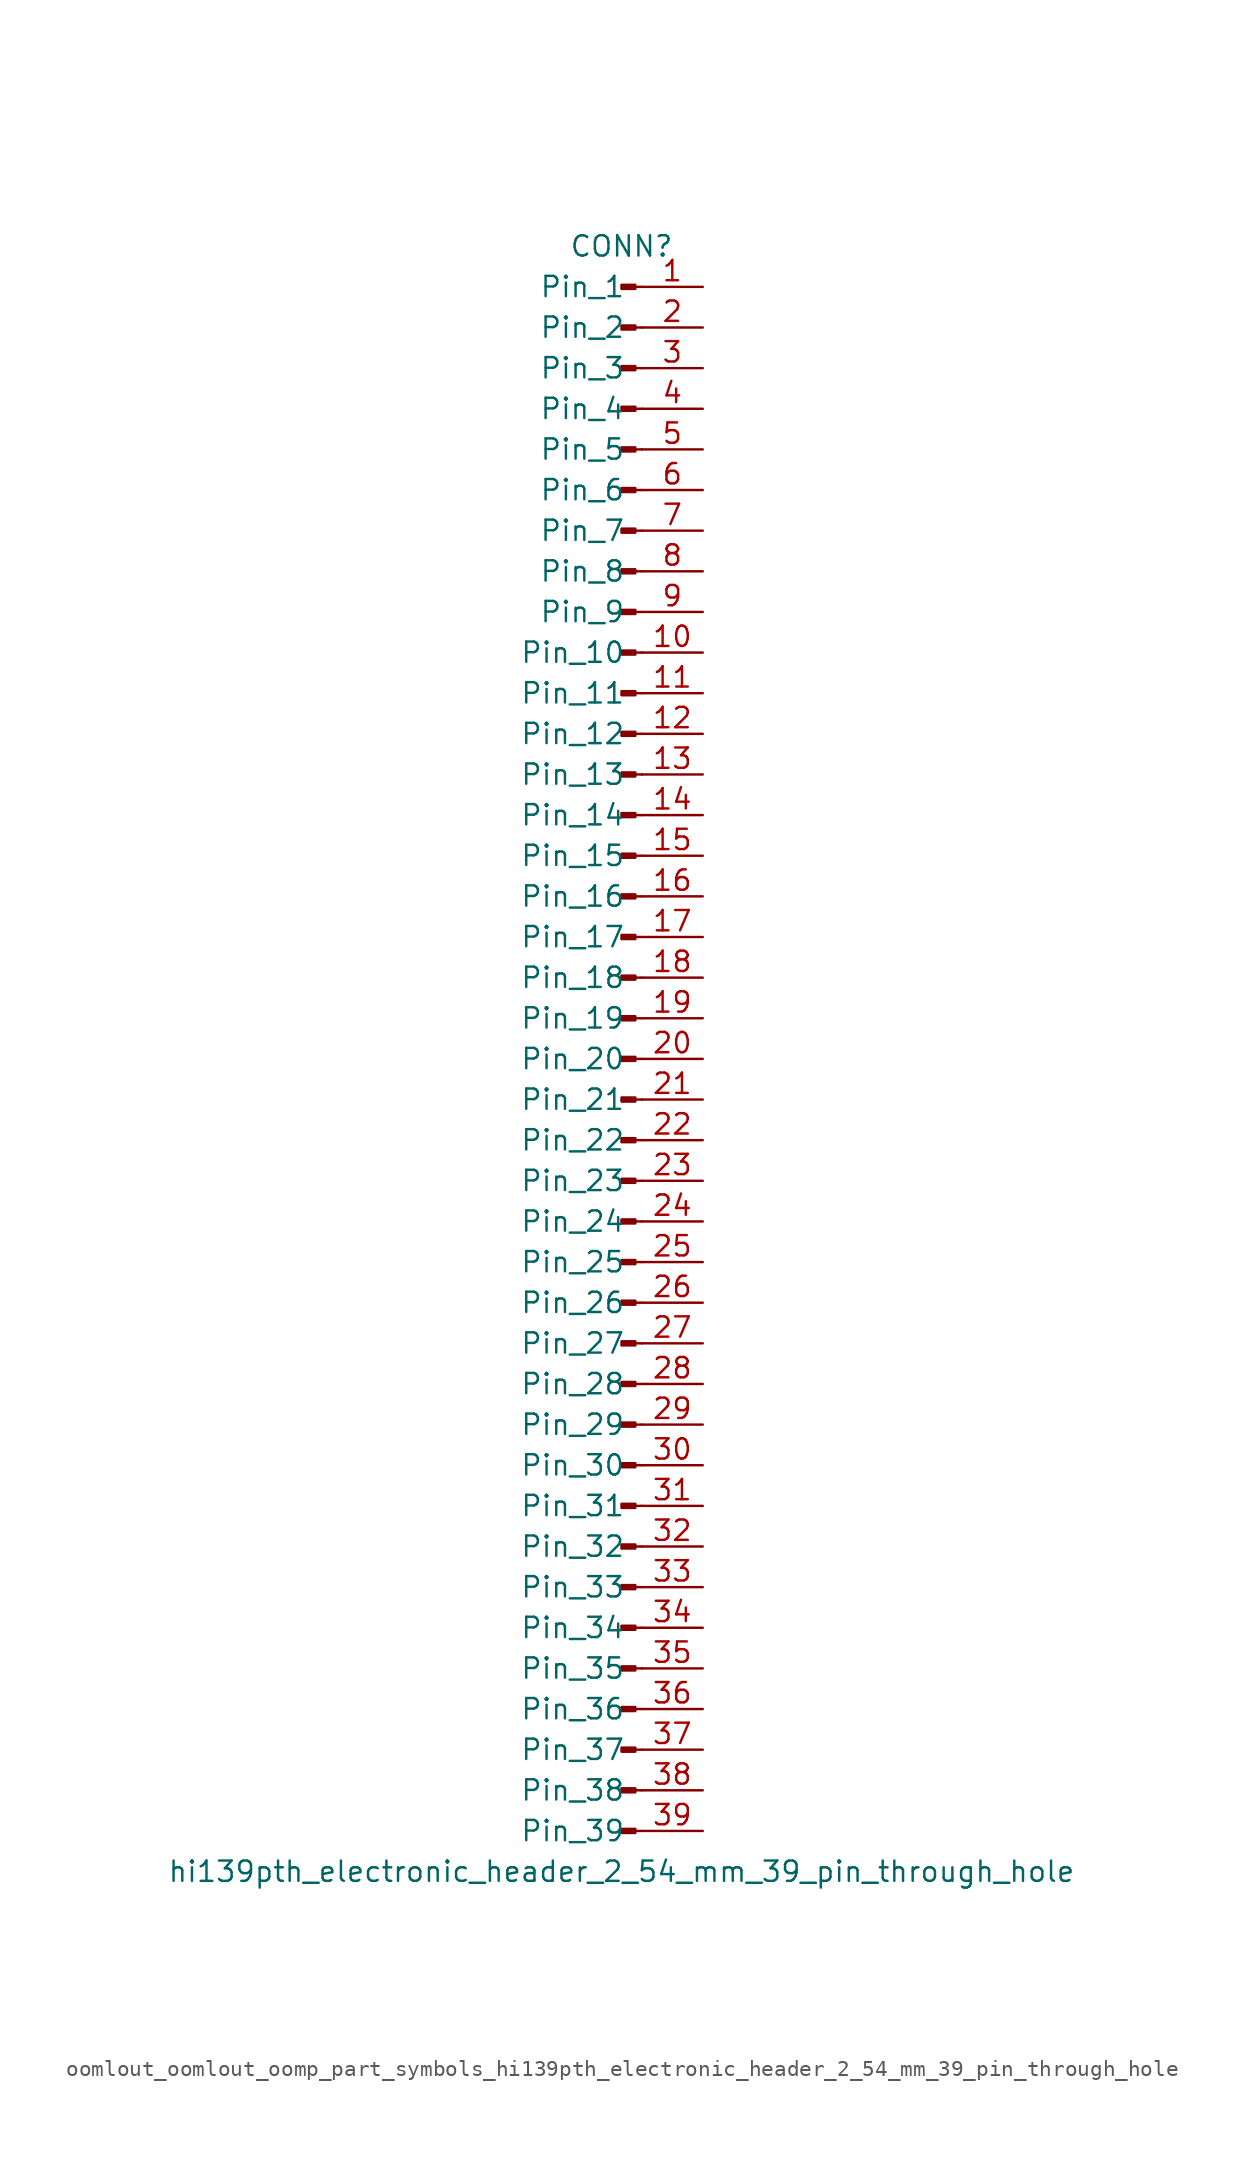
<source format=kicad_sym>
(kicad_symbol_lib
  (version 20220914)
  (generator kicad_symbol_editor)
  (symbol "oomlout_oomlout_oomp_part_symbols_hi139pth_electronic_header_2_54_mm_39_pin_through_hole"
    (pin_names
      (offset 1.016))
    (property "Reference" "CONN"
      (at 0 50.8 0)
      (effects (font (size 1.27 1.27))))
    (property "Value" "hi139pth_electronic_header_2_54_mm_39_pin_through_hole"
      (at 0 -50.8 0)
      (effects (font (size 1.27 1.27))))
    (property "ki_locked" ""
      (at 0 0 0)
      (effects (font (size 1.27 1.27))))
    (symbol "oomlout_oomlout_oomp_part_symbols_hi139pth_electronic_header_2_54_mm_39_pin_through_hole_1_1"
      (polyline (pts (xy 1.27 -48.26) (xy 0.864 -48.26)) (stroke (width 0.152) (type default)) (fill (type none)))
      (polyline (pts (xy 1.27 -45.72) (xy 0.864 -45.72)) (stroke (width 0.152) (type default)) (fill (type none)))
      (polyline (pts (xy 1.27 -43.18) (xy 0.864 -43.18)) (stroke (width 0.152) (type default)) (fill (type none)))
      (polyline (pts (xy 1.27 -40.64) (xy 0.864 -40.64)) (stroke (width 0.152) (type default)) (fill (type none)))
      (polyline (pts (xy 1.27 -38.1) (xy 0.864 -38.1)) (stroke (width 0.152) (type default)) (fill (type none)))
      (polyline (pts (xy 1.27 -35.56) (xy 0.864 -35.56)) (stroke (width 0.152) (type default)) (fill (type none)))
      (polyline (pts (xy 1.27 -33.02) (xy 0.864 -33.02)) (stroke (width 0.152) (type default)) (fill (type none)))
      (polyline (pts (xy 1.27 -30.48) (xy 0.864 -30.48)) (stroke (width 0.152) (type default)) (fill (type none)))
      (polyline (pts (xy 1.27 -27.94) (xy 0.864 -27.94)) (stroke (width 0.152) (type default)) (fill (type none)))
      (polyline (pts (xy 1.27 -25.4) (xy 0.864 -25.4)) (stroke (width 0.152) (type default)) (fill (type none)))
      (polyline (pts (xy 1.27 -22.86) (xy 0.864 -22.86)) (stroke (width 0.152) (type default)) (fill (type none)))
      (polyline (pts (xy 1.27 -20.32) (xy 0.864 -20.32)) (stroke (width 0.152) (type default)) (fill (type none)))
      (polyline (pts (xy 1.27 -17.78) (xy 0.864 -17.78)) (stroke (width 0.152) (type default)) (fill (type none)))
      (polyline (pts (xy 1.27 -15.24) (xy 0.864 -15.24)) (stroke (width 0.152) (type default)) (fill (type none)))
      (polyline (pts (xy 1.27 -12.7) (xy 0.864 -12.7)) (stroke (width 0.152) (type default)) (fill (type none)))
      (polyline (pts (xy 1.27 -10.16) (xy 0.864 -10.16)) (stroke (width 0.152) (type default)) (fill (type none)))
      (polyline (pts (xy 1.27 -7.62) (xy 0.864 -7.62)) (stroke (width 0.152) (type default)) (fill (type none)))
      (polyline (pts (xy 1.27 -5.08) (xy 0.864 -5.08)) (stroke (width 0.152) (type default)) (fill (type none)))
      (polyline (pts (xy 1.27 -2.54) (xy 0.864 -2.54)) (stroke (width 0.152) (type default)) (fill (type none)))
      (polyline (pts (xy 1.27 0) (xy 0.864 0)) (stroke (width 0.152) (type default)) (fill (type none)))
      (polyline (pts (xy 1.27 2.54) (xy 0.864 2.54)) (stroke (width 0.152) (type default)) (fill (type none)))
      (polyline (pts (xy 1.27 5.08) (xy 0.864 5.08)) (stroke (width 0.152) (type default)) (fill (type none)))
      (polyline (pts (xy 1.27 7.62) (xy 0.864 7.62)) (stroke (width 0.152) (type default)) (fill (type none)))
      (polyline (pts (xy 1.27 10.16) (xy 0.864 10.16)) (stroke (width 0.152) (type default)) (fill (type none)))
      (polyline (pts (xy 1.27 12.7) (xy 0.864 12.7)) (stroke (width 0.152) (type default)) (fill (type none)))
      (polyline (pts (xy 1.27 15.24) (xy 0.864 15.24)) (stroke (width 0.152) (type default)) (fill (type none)))
      (polyline (pts (xy 1.27 17.78) (xy 0.864 17.78)) (stroke (width 0.152) (type default)) (fill (type none)))
      (polyline (pts (xy 1.27 20.32) (xy 0.864 20.32)) (stroke (width 0.152) (type default)) (fill (type none)))
      (polyline (pts (xy 1.27 22.86) (xy 0.864 22.86)) (stroke (width 0.152) (type default)) (fill (type none)))
      (polyline (pts (xy 1.27 25.4) (xy 0.864 25.4)) (stroke (width 0.152) (type default)) (fill (type none)))
      (polyline (pts (xy 1.27 27.94) (xy 0.864 27.94)) (stroke (width 0.152) (type default)) (fill (type none)))
      (polyline (pts (xy 1.27 30.48) (xy 0.864 30.48)) (stroke (width 0.152) (type default)) (fill (type none)))
      (polyline (pts (xy 1.27 33.02) (xy 0.864 33.02)) (stroke (width 0.152) (type default)) (fill (type none)))
      (polyline (pts (xy 1.27 35.56) (xy 0.864 35.56)) (stroke (width 0.152) (type default)) (fill (type none)))
      (polyline (pts (xy 1.27 38.1) (xy 0.864 38.1)) (stroke (width 0.152) (type default)) (fill (type none)))
      (polyline (pts (xy 1.27 40.64) (xy 0.864 40.64)) (stroke (width 0.152) (type default)) (fill (type none)))
      (polyline (pts (xy 1.27 43.18) (xy 0.864 43.18)) (stroke (width 0.152) (type default)) (fill (type none)))
      (polyline (pts (xy 1.27 45.72) (xy 0.864 45.72)) (stroke (width 0.152) (type default)) (fill (type none)))
      (polyline (pts (xy 1.27 48.26) (xy 0.864 48.26)) (stroke (width 0.152) (type default)) (fill (type none)))
      (rectangle (start 0.864 -48.133) (end 0 -48.387) (stroke (width 0.152) (type default)) (fill (type outline)))
      (rectangle (start 0.864 -45.593) (end 0 -45.847) (stroke (width 0.152) (type default)) (fill (type outline)))
      (rectangle (start 0.864 -43.053) (end 0 -43.307) (stroke (width 0.152) (type default)) (fill (type outline)))
      (rectangle (start 0.864 -40.513) (end 0 -40.767) (stroke (width 0.152) (type default)) (fill (type outline)))
      (rectangle (start 0.864 -37.973) (end 0 -38.227) (stroke (width 0.152) (type default)) (fill (type outline)))
      (rectangle (start 0.864 -35.433) (end 0 -35.687) (stroke (width 0.152) (type default)) (fill (type outline)))
      (rectangle (start 0.864 -32.893) (end 0 -33.147) (stroke (width 0.152) (type default)) (fill (type outline)))
      (rectangle (start 0.864 -30.353) (end 0 -30.607) (stroke (width 0.152) (type default)) (fill (type outline)))
      (rectangle (start 0.864 -27.813) (end 0 -28.067) (stroke (width 0.152) (type default)) (fill (type outline)))
      (rectangle (start 0.864 -25.273) (end 0 -25.527) (stroke (width 0.152) (type default)) (fill (type outline)))
      (rectangle (start 0.864 -22.733) (end 0 -22.987) (stroke (width 0.152) (type default)) (fill (type outline)))
      (rectangle (start 0.864 -20.193) (end 0 -20.447) (stroke (width 0.152) (type default)) (fill (type outline)))
      (rectangle (start 0.864 -17.653) (end 0 -17.907) (stroke (width 0.152) (type default)) (fill (type outline)))
      (rectangle (start 0.864 -15.113) (end 0 -15.367) (stroke (width 0.152) (type default)) (fill (type outline)))
      (rectangle (start 0.864 -12.573) (end 0 -12.827) (stroke (width 0.152) (type default)) (fill (type outline)))
      (rectangle (start 0.864 -10.033) (end 0 -10.287) (stroke (width 0.152) (type default)) (fill (type outline)))
      (rectangle (start 0.864 -7.493) (end 0 -7.747) (stroke (width 0.152) (type default)) (fill (type outline)))
      (rectangle (start 0.864 -4.953) (end 0 -5.207) (stroke (width 0.152) (type default)) (fill (type outline)))
      (rectangle (start 0.864 -2.413) (end 0 -2.667) (stroke (width 0.152) (type default)) (fill (type outline)))
      (rectangle (start 0.864 0.127) (end 0 -0.127) (stroke (width 0.152) (type default)) (fill (type outline)))
      (rectangle (start 0.864 2.667) (end 0 2.413) (stroke (width 0.152) (type default)) (fill (type outline)))
      (rectangle (start 0.864 5.207) (end 0 4.953) (stroke (width 0.152) (type default)) (fill (type outline)))
      (rectangle (start 0.864 7.747) (end 0 7.493) (stroke (width 0.152) (type default)) (fill (type outline)))
      (rectangle (start 0.864 10.287) (end 0 10.033) (stroke (width 0.152) (type default)) (fill (type outline)))
      (rectangle (start 0.864 12.827) (end 0 12.573) (stroke (width 0.152) (type default)) (fill (type outline)))
      (rectangle (start 0.864 15.367) (end 0 15.113) (stroke (width 0.152) (type default)) (fill (type outline)))
      (rectangle (start 0.864 17.907) (end 0 17.653) (stroke (width 0.152) (type default)) (fill (type outline)))
      (rectangle (start 0.864 20.447) (end 0 20.193) (stroke (width 0.152) (type default)) (fill (type outline)))
      (rectangle (start 0.864 22.987) (end 0 22.733) (stroke (width 0.152) (type default)) (fill (type outline)))
      (rectangle (start 0.864 25.527) (end 0 25.273) (stroke (width 0.152) (type default)) (fill (type outline)))
      (rectangle (start 0.864 28.067) (end 0 27.813) (stroke (width 0.152) (type default)) (fill (type outline)))
      (rectangle (start 0.864 30.607) (end 0 30.353) (stroke (width 0.152) (type default)) (fill (type outline)))
      (rectangle (start 0.864 33.147) (end 0 32.893) (stroke (width 0.152) (type default)) (fill (type outline)))
      (rectangle (start 0.864 35.687) (end 0 35.433) (stroke (width 0.152) (type default)) (fill (type outline)))
      (rectangle (start 0.864 38.227) (end 0 37.973) (stroke (width 0.152) (type default)) (fill (type outline)))
      (rectangle (start 0.864 40.767) (end 0 40.513) (stroke (width 0.152) (type default)) (fill (type outline)))
      (rectangle (start 0.864 43.307) (end 0 43.053) (stroke (width 0.152) (type default)) (fill (type outline)))
      (rectangle (start 0.864 45.847) (end 0 45.593) (stroke (width 0.152) (type default)) (fill (type outline)))
      (rectangle (start 0.864 48.387) (end 0 48.133) (stroke (width 0.152) (type default)) (fill (type outline)))
      (pin passive line (at 5.08 48.26 180) (length 3.81) (name "Pin_1" (effects (font (size 1.27 1.27)))) (number "1" (effects (font (size 1.27 1.27)))))
      (pin passive line (at 5.08 25.4 180) (length 3.81) (name "Pin_10" (effects (font (size 1.27 1.27)))) (number "10" (effects (font (size 1.27 1.27)))))
      (pin passive line (at 5.08 22.86 180) (length 3.81) (name "Pin_11" (effects (font (size 1.27 1.27)))) (number "11" (effects (font (size 1.27 1.27)))))
      (pin passive line (at 5.08 20.32 180) (length 3.81) (name "Pin_12" (effects (font (size 1.27 1.27)))) (number "12" (effects (font (size 1.27 1.27)))))
      (pin passive line (at 5.08 17.78 180) (length 3.81) (name "Pin_13" (effects (font (size 1.27 1.27)))) (number "13" (effects (font (size 1.27 1.27)))))
      (pin passive line (at 5.08 15.24 180) (length 3.81) (name "Pin_14" (effects (font (size 1.27 1.27)))) (number "14" (effects (font (size 1.27 1.27)))))
      (pin passive line (at 5.08 12.7 180) (length 3.81) (name "Pin_15" (effects (font (size 1.27 1.27)))) (number "15" (effects (font (size 1.27 1.27)))))
      (pin passive line (at 5.08 10.16 180) (length 3.81) (name "Pin_16" (effects (font (size 1.27 1.27)))) (number "16" (effects (font (size 1.27 1.27)))))
      (pin passive line (at 5.08 7.62 180) (length 3.81) (name "Pin_17" (effects (font (size 1.27 1.27)))) (number "17" (effects (font (size 1.27 1.27)))))
      (pin passive line (at 5.08 5.08 180) (length 3.81) (name "Pin_18" (effects (font (size 1.27 1.27)))) (number "18" (effects (font (size 1.27 1.27)))))
      (pin passive line (at 5.08 2.54 180) (length 3.81) (name "Pin_19" (effects (font (size 1.27 1.27)))) (number "19" (effects (font (size 1.27 1.27)))))
      (pin passive line (at 5.08 45.72 180) (length 3.81) (name "Pin_2" (effects (font (size 1.27 1.27)))) (number "2" (effects (font (size 1.27 1.27)))))
      (pin passive line (at 5.08 0 180) (length 3.81) (name "Pin_20" (effects (font (size 1.27 1.27)))) (number "20" (effects (font (size 1.27 1.27)))))
      (pin passive line (at 5.08 -2.54 180) (length 3.81) (name "Pin_21" (effects (font (size 1.27 1.27)))) (number "21" (effects (font (size 1.27 1.27)))))
      (pin passive line (at 5.08 -5.08 180) (length 3.81) (name "Pin_22" (effects (font (size 1.27 1.27)))) (number "22" (effects (font (size 1.27 1.27)))))
      (pin passive line (at 5.08 -7.62 180) (length 3.81) (name "Pin_23" (effects (font (size 1.27 1.27)))) (number "23" (effects (font (size 1.27 1.27)))))
      (pin passive line (at 5.08 -10.16 180) (length 3.81) (name "Pin_24" (effects (font (size 1.27 1.27)))) (number "24" (effects (font (size 1.27 1.27)))))
      (pin passive line (at 5.08 -12.7 180) (length 3.81) (name "Pin_25" (effects (font (size 1.27 1.27)))) (number "25" (effects (font (size 1.27 1.27)))))
      (pin passive line (at 5.08 -15.24 180) (length 3.81) (name "Pin_26" (effects (font (size 1.27 1.27)))) (number "26" (effects (font (size 1.27 1.27)))))
      (pin passive line (at 5.08 -17.78 180) (length 3.81) (name "Pin_27" (effects (font (size 1.27 1.27)))) (number "27" (effects (font (size 1.27 1.27)))))
      (pin passive line (at 5.08 -20.32 180) (length 3.81) (name "Pin_28" (effects (font (size 1.27 1.27)))) (number "28" (effects (font (size 1.27 1.27)))))
      (pin passive line (at 5.08 -22.86 180) (length 3.81) (name "Pin_29" (effects (font (size 1.27 1.27)))) (number "29" (effects (font (size 1.27 1.27)))))
      (pin passive line (at 5.08 43.18 180) (length 3.81) (name "Pin_3" (effects (font (size 1.27 1.27)))) (number "3" (effects (font (size 1.27 1.27)))))
      (pin passive line (at 5.08 -25.4 180) (length 3.81) (name "Pin_30" (effects (font (size 1.27 1.27)))) (number "30" (effects (font (size 1.27 1.27)))))
      (pin passive line (at 5.08 -27.94 180) (length 3.81) (name "Pin_31" (effects (font (size 1.27 1.27)))) (number "31" (effects (font (size 1.27 1.27)))))
      (pin passive line (at 5.08 -30.48 180) (length 3.81) (name "Pin_32" (effects (font (size 1.27 1.27)))) (number "32" (effects (font (size 1.27 1.27)))))
      (pin passive line (at 5.08 -33.02 180) (length 3.81) (name "Pin_33" (effects (font (size 1.27 1.27)))) (number "33" (effects (font (size 1.27 1.27)))))
      (pin passive line (at 5.08 -35.56 180) (length 3.81) (name "Pin_34" (effects (font (size 1.27 1.27)))) (number "34" (effects (font (size 1.27 1.27)))))
      (pin passive line (at 5.08 -38.1 180) (length 3.81) (name "Pin_35" (effects (font (size 1.27 1.27)))) (number "35" (effects (font (size 1.27 1.27)))))
      (pin passive line (at 5.08 -40.64 180) (length 3.81) (name "Pin_36" (effects (font (size 1.27 1.27)))) (number "36" (effects (font (size 1.27 1.27)))))
      (pin passive line (at 5.08 -43.18 180) (length 3.81) (name "Pin_37" (effects (font (size 1.27 1.27)))) (number "37" (effects (font (size 1.27 1.27)))))
      (pin passive line (at 5.08 -45.72 180) (length 3.81) (name "Pin_38" (effects (font (size 1.27 1.27)))) (number "38" (effects (font (size 1.27 1.27)))))
      (pin passive line (at 5.08 -48.26 180) (length 3.81) (name "Pin_39" (effects (font (size 1.27 1.27)))) (number "39" (effects (font (size 1.27 1.27)))))
      (pin passive line (at 5.08 40.64 180) (length 3.81) (name "Pin_4" (effects (font (size 1.27 1.27)))) (number "4" (effects (font (size 1.27 1.27)))))
      (pin passive line (at 5.08 38.1 180) (length 3.81) (name "Pin_5" (effects (font (size 1.27 1.27)))) (number "5" (effects (font (size 1.27 1.27)))))
      (pin passive line (at 5.08 35.56 180) (length 3.81) (name "Pin_6" (effects (font (size 1.27 1.27)))) (number "6" (effects (font (size 1.27 1.27)))))
      (pin passive line (at 5.08 33.02 180) (length 3.81) (name "Pin_7" (effects (font (size 1.27 1.27)))) (number "7" (effects (font (size 1.27 1.27)))))
      (pin passive line (at 5.08 30.48 180) (length 3.81) (name "Pin_8" (effects (font (size 1.27 1.27)))) (number "8" (effects (font (size 1.27 1.27)))))
      (pin passive line (at 5.08 27.94 180) (length 3.81) (name "Pin_9" (effects (font (size 1.27 1.27)))) (number "9" (effects (font (size 1.27 1.27))))))))
</source>
